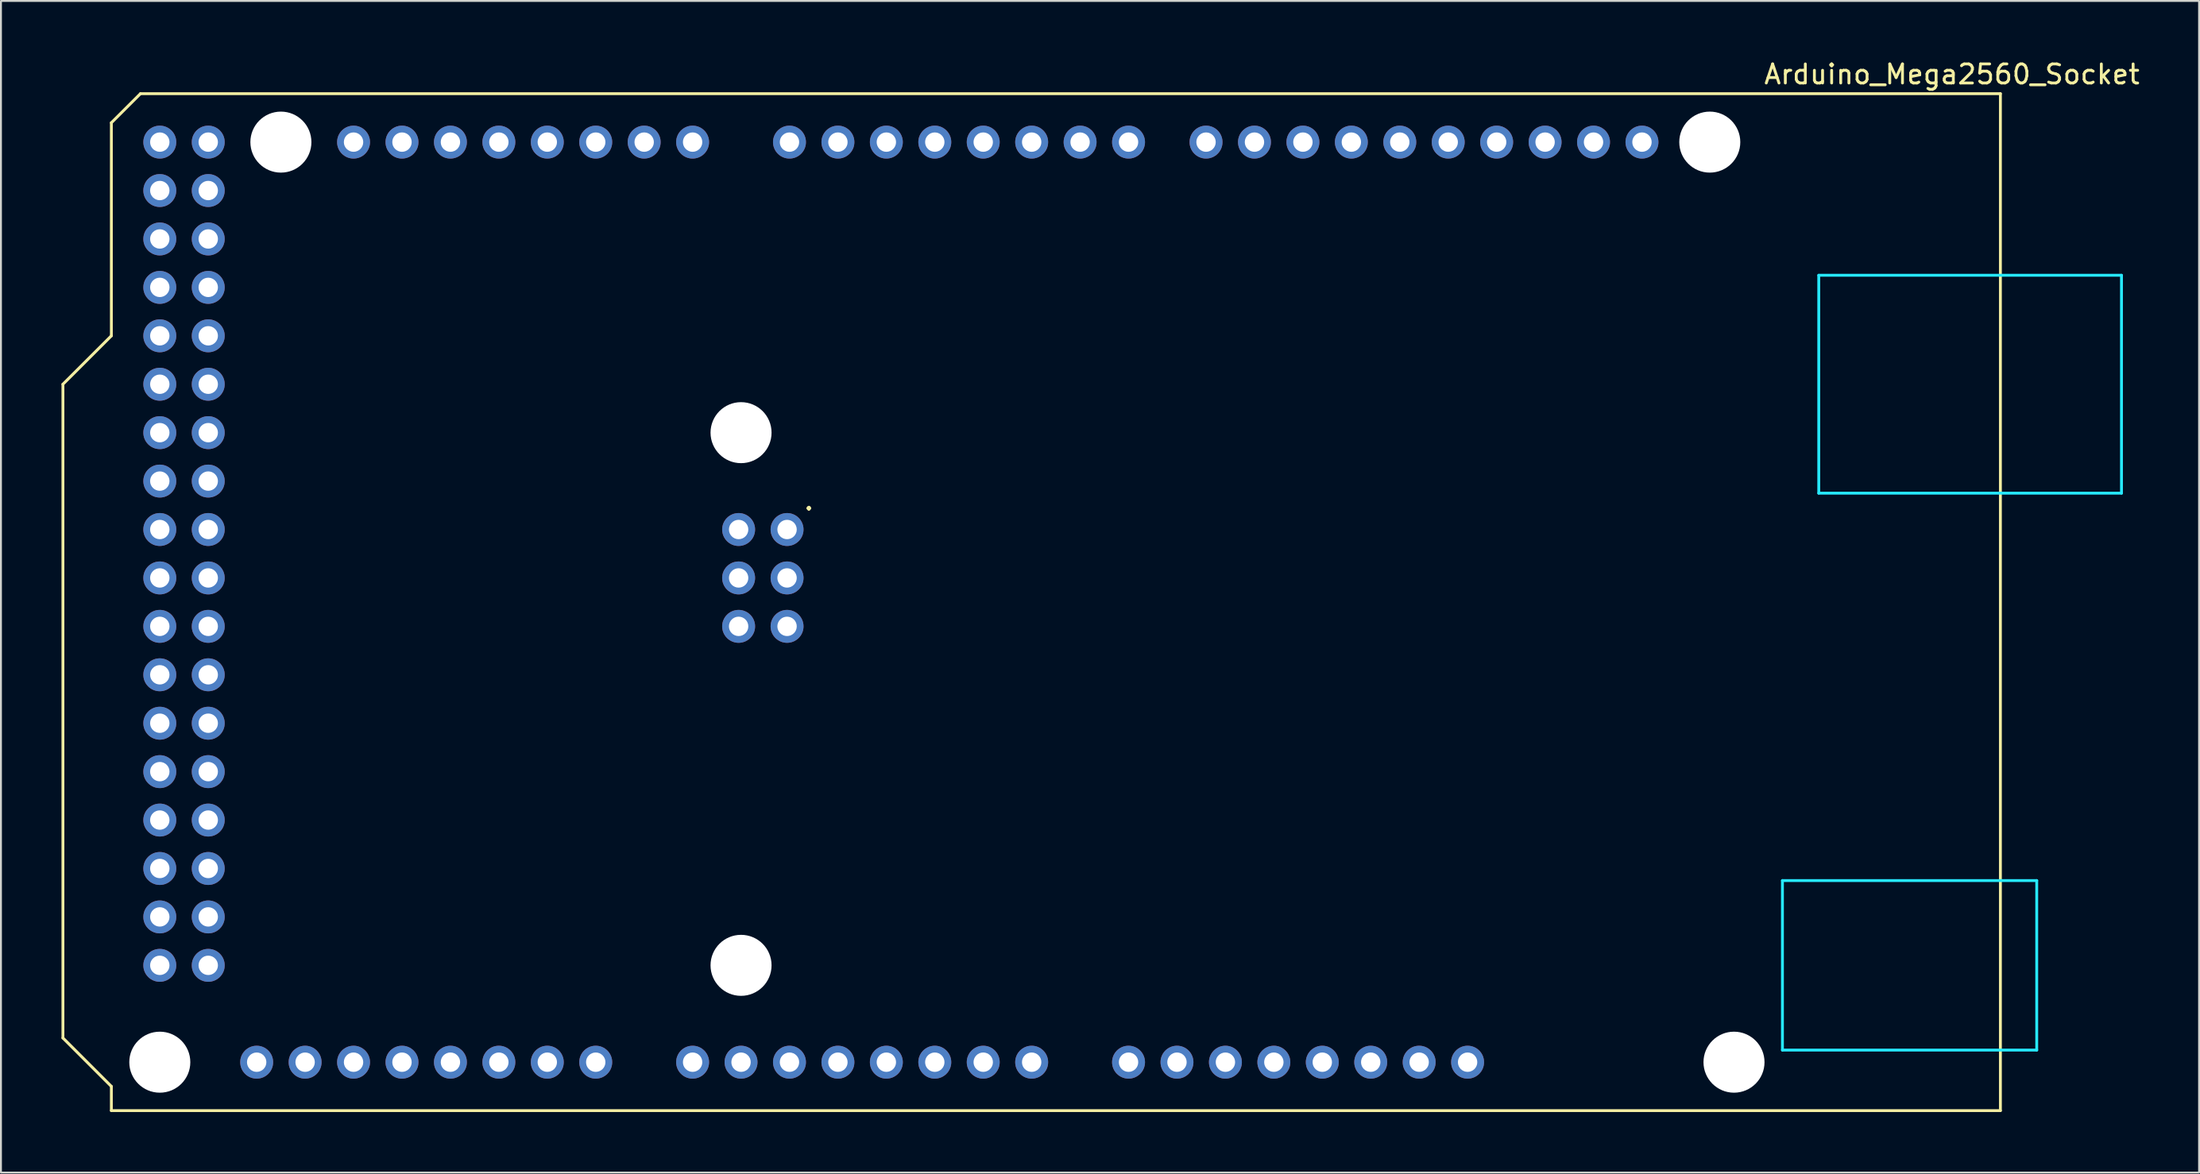
<source format=kicad_pcb>
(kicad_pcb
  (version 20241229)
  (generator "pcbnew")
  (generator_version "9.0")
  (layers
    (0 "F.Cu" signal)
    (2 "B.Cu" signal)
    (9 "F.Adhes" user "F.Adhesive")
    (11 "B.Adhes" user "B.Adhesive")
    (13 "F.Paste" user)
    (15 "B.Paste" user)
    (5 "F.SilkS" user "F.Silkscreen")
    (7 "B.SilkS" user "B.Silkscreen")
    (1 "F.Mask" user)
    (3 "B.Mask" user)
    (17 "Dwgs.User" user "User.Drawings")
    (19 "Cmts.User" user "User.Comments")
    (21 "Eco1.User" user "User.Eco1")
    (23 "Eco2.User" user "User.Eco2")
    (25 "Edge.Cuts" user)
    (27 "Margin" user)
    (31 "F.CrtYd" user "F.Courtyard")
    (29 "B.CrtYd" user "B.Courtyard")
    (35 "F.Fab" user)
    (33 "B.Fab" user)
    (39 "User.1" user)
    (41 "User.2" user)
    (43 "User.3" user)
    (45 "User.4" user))
  (footprint "Arduino_Mega2560_Socket"
    (layer "F.Cu")
    (at 0.25 55.204)
    (property "Reference" "Arduino_Mega2560_Socket" (at 99.06 -54.356 0) (layer "F.SilkS") (effects (font (size 1 1) (thickness 0.15))))
    (attr through_hole)
    (fp_line (start 0 -38.1) (end 2.54 -40.64) (stroke (width 0.15) (type solid)) (layer "F.SilkS"))
    (fp_line (start 0 -3.81) (end 0 -38.1) (stroke (width 0.15) (type solid)) (layer "F.SilkS"))
    (fp_line (start 2.54 -40.64) (end 2.54 -51.816) (stroke (width 0.15) (type solid)) (layer "F.SilkS"))
    (fp_line (start 2.54 -1.27) (end 0 -3.81) (stroke (width 0.15) (type solid)) (layer "F.SilkS"))
    (fp_line (start 2.54 0) (end 2.54 -1.27) (stroke (width 0.15) (type solid)) (layer "F.SilkS"))
    (fp_line (start 4.064 -53.34) (end 2.54 -51.816) (stroke (width 0.15) (type solid)) (layer "F.SilkS"))
    (fp_line (start 101.6 -53.34) (end 4.064 -53.34) (stroke (width 0.15) (type solid)) (layer "F.SilkS"))
    (fp_line (start 101.6 -53.34) (end 101.6 0) (stroke (width 0.15) (type solid)) (layer "F.SilkS"))
    (fp_line (start 101.6 0) (end 2.54 0) (stroke (width 0.15) (type solid)) (layer "F.SilkS"))
    (fp_line (start 90.17 -12.065) (end 90.17 -3.175) (stroke (width 0.15) (type solid)) (layer "B.CrtYd"))
    (fp_line (start 92.075 -43.815) (end 92.075 -32.385) (stroke (width 0.15) (type solid)) (layer "B.CrtYd"))
    (fp_line (start 92.075 -43.815) (end 107.95 -43.815) (stroke (width 0.15) (type solid)) (layer "B.CrtYd"))
    (fp_line (start 92.075 -32.385) (end 107.95 -32.385) (stroke (width 0.15) (type solid)) (layer "B.CrtYd"))
    (fp_line (start 103.505 -12.065) (end 90.17 -12.065) (stroke (width 0.15) (type solid)) (layer "B.CrtYd"))
    (fp_line (start 103.505 -12.065) (end 103.505 -3.175) (stroke (width 0.15) (type solid)) (layer "B.CrtYd"))
    (fp_line (start 103.505 -3.175) (end 90.17 -3.175) (stroke (width 0.15) (type solid)) (layer "B.CrtYd"))
    (fp_line (start 107.95 -43.815) (end 107.95 -32.385) (stroke (width 0.15) (type solid)) (layer "B.CrtYd"))
    (fp_text user "." (at 39.116 -32.004 0) (layer "F.SilkS") (effects (font (size 1 1) (thickness 0.15))))
    (pad "" np_thru_hole circle (at 5.08 -2.54) (size 3.2 3.2) (drill 3.2) (layers "*.Cu" "*.Mask"))
    (pad "" np_thru_hole circle (at 11.43 -50.8) (size 3.2 3.2) (drill 3.2) (layers "*.Cu" "*.Mask"))
    (pad "" np_thru_hole circle (at 35.56 -35.56) (size 3.2 3.2) (drill 3.2) (layers "*.Cu" "*.Mask"))
    (pad "" np_thru_hole circle (at 35.56 -7.62) (size 3.2 3.2) (drill 3.2) (layers "*.Cu" "*.Mask"))
    (pad "" thru_hole oval (at 73.66 -2.54) (size 1.727 1.727) (drill 1.016) (layers "*.Cu" "*.Mask"))
    (pad "" np_thru_hole circle (at 86.36 -50.8) (size 3.2 3.2) (drill 3.2) (layers "*.Cu" "*.Mask"))
    (pad "" np_thru_hole circle (at 87.63 -2.54) (size 3.2 3.2) (drill 3.2) (layers "*.Cu" "*.Mask"))
    (pad "3V3" thru_hole oval (at 66.04 -2.54) (size 1.727 1.727) (drill 1.016) (layers "*.Cu" "*.Mask"))
    (pad "5V1" thru_hole oval (at 63.5 -2.54) (size 1.727 1.727) (drill 1.016) (layers "*.Cu" "*.Mask"))
    (pad "5V2" thru_hole oval (at 35.433 -30.48) (size 1.727 1.727) (drill 1.016) (layers "*.Cu" "*.Mask"))
    (pad "5V3" thru_hole oval (at 7.62 -50.8) (size 1.727 1.727) (drill 1.016) (layers "*.Cu" "*.Mask"))
    (pad "5V4" thru_hole oval (at 5.08 -50.8) (size 1.727 1.727) (drill 1.016) (layers "*.Cu" "*.Mask"))
    (pad "A0" thru_hole oval (at 50.8 -2.54) (size 1.727 1.727) (drill 1.016) (layers "*.Cu" "*.Mask"))
    (pad "A1" thru_hole oval (at 48.26 -2.54) (size 1.727 1.727) (drill 1.016) (layers "*.Cu" "*.Mask"))
    (pad "A2" thru_hole oval (at 45.72 -2.54) (size 1.727 1.727) (drill 1.016) (layers "*.Cu" "*.Mask"))
    (pad "A3" thru_hole oval (at 43.18 -2.54) (size 1.727 1.727) (drill 1.016) (layers "*.Cu" "*.Mask"))
    (pad "A4" thru_hole oval (at 40.64 -2.54) (size 1.727 1.727) (drill 1.016) (layers "*.Cu" "*.Mask"))
    (pad "A5" thru_hole oval (at 38.1 -2.54) (size 1.727 1.727) (drill 1.016) (layers "*.Cu" "*.Mask"))
    (pad "A6" thru_hole oval (at 35.56 -2.54) (size 1.727 1.727) (drill 1.016) (layers "*.Cu" "*.Mask"))
    (pad "A7" thru_hole oval (at 33.02 -2.54) (size 1.727 1.727) (drill 1.016) (layers "*.Cu" "*.Mask"))
    (pad "A8" thru_hole oval (at 27.94 -2.54) (size 1.727 1.727) (drill 1.016) (layers "*.Cu" "*.Mask"))
    (pad "A9" thru_hole oval (at 25.4 -2.54) (size 1.727 1.727) (drill 1.016) (layers "*.Cu" "*.Mask"))
    (pad "A10" thru_hole oval (at 22.86 -2.54) (size 1.727 1.727) (drill 1.016) (layers "*.Cu" "*.Mask"))
    (pad "A11" thru_hole oval (at 20.32 -2.54) (size 1.727 1.727) (drill 1.016) (layers "*.Cu" "*.Mask"))
    (pad "A12" thru_hole oval (at 17.78 -2.54) (size 1.727 1.727) (drill 1.016) (layers "*.Cu" "*.Mask"))
    (pad "A13" thru_hole oval (at 15.24 -2.54) (size 1.727 1.727) (drill 1.016) (layers "*.Cu" "*.Mask"))
    (pad "A14" thru_hole oval (at 12.7 -2.54) (size 1.727 1.727) (drill 1.016) (layers "*.Cu" "*.Mask"))
    (pad "A15" thru_hole oval (at 10.16 -2.54) (size 1.727 1.727) (drill 1.016) (layers "*.Cu" "*.Mask"))
    (pad "AREF" thru_hole oval (at 77.724 -50.8) (size 1.727 1.727) (drill 1.016) (layers "*.Cu" "*.Mask"))
    (pad "D0" thru_hole oval (at 38.1 -50.8) (size 1.727 1.727) (drill 1.016) (layers "*.Cu" "*.Mask"))
    (pad "D1" thru_hole oval (at 40.64 -50.8) (size 1.727 1.727) (drill 1.016) (layers "*.Cu" "*.Mask"))
    (pad "D2" thru_hole oval (at 43.18 -50.8) (size 1.727 1.727) (drill 1.016) (layers "*.Cu" "*.Mask"))
    (pad "D3" thru_hole oval (at 45.72 -50.8) (size 1.727 1.727) (drill 1.016) (layers "*.Cu" "*.Mask"))
    (pad "D4" thru_hole oval (at 48.26 -50.8) (size 1.727 1.727) (drill 1.016) (layers "*.Cu" "*.Mask"))
    (pad "D5" thru_hole oval (at 50.8 -50.8) (size 1.727 1.727) (drill 1.016) (layers "*.Cu" "*.Mask"))
    (pad "D6" thru_hole oval (at 53.34 -50.8) (size 1.727 1.727) (drill 1.016) (layers "*.Cu" "*.Mask"))
    (pad "D7" thru_hole oval (at 55.88 -50.8) (size 1.727 1.727) (drill 1.016) (layers "*.Cu" "*.Mask"))
    (pad "D8" thru_hole oval (at 59.944 -50.8) (size 1.727 1.727) (drill 1.016) (layers "*.Cu" "*.Mask"))
    (pad "D9" thru_hole oval (at 62.484 -50.8) (size 1.727 1.727) (drill 1.016) (layers "*.Cu" "*.Mask"))
    (pad "D10" thru_hole oval (at 65.024 -50.8) (size 1.727 1.727) (drill 1.016) (layers "*.Cu" "*.Mask"))
    (pad "D11" thru_hole oval (at 67.564 -50.8) (size 1.727 1.727) (drill 1.016) (layers "*.Cu" "*.Mask"))
    (pad "D12" thru_hole oval (at 70.104 -50.8) (size 1.727 1.727) (drill 1.016) (layers "*.Cu" "*.Mask"))
    (pad "D13" thru_hole oval (at 72.644 -50.8) (size 1.727 1.727) (drill 1.016) (layers "*.Cu" "*.Mask"))
    (pad "D14" thru_hole oval (at 33.02 -50.8) (size 1.727 1.727) (drill 1.016) (layers "*.Cu" "*.Mask"))
    (pad "D15" thru_hole oval (at 30.48 -50.8) (size 1.727 1.727) (drill 1.016) (layers "*.Cu" "*.Mask"))
    (pad "D16" thru_hole oval (at 27.94 -50.8) (size 1.727 1.727) (drill 1.016) (layers "*.Cu" "*.Mask"))
    (pad "D17" thru_hole oval (at 25.4 -50.8) (size 1.727 1.727) (drill 1.016) (layers "*.Cu" "*.Mask"))
    (pad "D18" thru_hole oval (at 22.86 -50.8) (size 1.727 1.727) (drill 1.016) (layers "*.Cu" "*.Mask"))
    (pad "D19" thru_hole oval (at 20.32 -50.8) (size 1.727 1.727) (drill 1.016) (layers "*.Cu" "*.Mask"))
    (pad "D20" thru_hole oval (at 17.78 -50.8) (size 1.727 1.727) (drill 1.016) (layers "*.Cu" "*.Mask"))
    (pad "D21" thru_hole oval (at 15.24 -50.8) (size 1.727 1.727) (drill 1.016) (layers "*.Cu" "*.Mask"))
    (pad "D22" thru_hole oval (at 7.62 -48.26) (size 1.727 1.727) (drill 1.016) (layers "*.Cu" "*.Mask"))
    (pad "D23" thru_hole oval (at 5.08 -48.26) (size 1.727 1.727) (drill 1.016) (layers "*.Cu" "*.Mask"))
    (pad "D24" thru_hole oval (at 7.62 -45.72) (size 1.727 1.727) (drill 1.016) (layers "*.Cu" "*.Mask"))
    (pad "D25" thru_hole oval (at 5.08 -45.72) (size 1.727 1.727) (drill 1.016) (layers "*.Cu" "*.Mask"))
    (pad "D26" thru_hole oval (at 7.62 -43.18) (size 1.727 1.727) (drill 1.016) (layers "*.Cu" "*.Mask"))
    (pad "D27" thru_hole oval (at 5.08 -43.18) (size 1.727 1.727) (drill 1.016) (layers "*.Cu" "*.Mask"))
    (pad "D28" thru_hole oval (at 7.62 -40.64) (size 1.727 1.727) (drill 1.016) (layers "*.Cu" "*.Mask"))
    (pad "D29" thru_hole oval (at 5.08 -40.64) (size 1.727 1.727) (drill 1.016) (layers "*.Cu" "*.Mask"))
    (pad "D30" thru_hole oval (at 7.62 -38.1) (size 1.727 1.727) (drill 1.016) (layers "*.Cu" "*.Mask"))
    (pad "D31" thru_hole oval (at 5.08 -38.1) (size 1.727 1.727) (drill 1.016) (layers "*.Cu" "*.Mask"))
    (pad "D32" thru_hole oval (at 7.62 -35.56) (size 1.727 1.727) (drill 1.016) (layers "*.Cu" "*.Mask"))
    (pad "D33" thru_hole oval (at 5.08 -35.56) (size 1.727 1.727) (drill 1.016) (layers "*.Cu" "*.Mask"))
    (pad "D34" thru_hole oval (at 7.62 -33.02) (size 1.727 1.727) (drill 1.016) (layers "*.Cu" "*.Mask"))
    (pad "D35" thru_hole oval (at 5.08 -33.02) (size 1.727 1.727) (drill 1.016) (layers "*.Cu" "*.Mask"))
    (pad "D36" thru_hole oval (at 7.62 -30.48) (size 1.727 1.727) (drill 1.016) (layers "*.Cu" "*.Mask"))
    (pad "D37" thru_hole oval (at 5.08 -30.48) (size 1.727 1.727) (drill 1.016) (layers "*.Cu" "*.Mask"))
    (pad "D38" thru_hole oval (at 7.62 -27.94) (size 1.727 1.727) (drill 1.016) (layers "*.Cu" "*.Mask"))
    (pad "D39" thru_hole oval (at 5.08 -27.94) (size 1.727 1.727) (drill 1.016) (layers "*.Cu" "*.Mask"))
    (pad "D40" thru_hole oval (at 7.62 -25.4) (size 1.727 1.727) (drill 1.016) (layers "*.Cu" "*.Mask"))
    (pad "D41" thru_hole oval (at 5.08 -25.4) (size 1.727 1.727) (drill 1.016) (layers "*.Cu" "*.Mask"))
    (pad "D42" thru_hole oval (at 7.62 -22.86) (size 1.727 1.727) (drill 1.016) (layers "*.Cu" "*.Mask"))
    (pad "D43" thru_hole oval (at 5.08 -22.86) (size 1.727 1.727) (drill 1.016) (layers "*.Cu" "*.Mask"))
    (pad "D44" thru_hole oval (at 7.62 -20.32) (size 1.727 1.727) (drill 1.016) (layers "*.Cu" "*.Mask"))
    (pad "D45" thru_hole oval (at 5.08 -20.32) (size 1.727 1.727) (drill 1.016) (layers "*.Cu" "*.Mask"))
    (pad "D46" thru_hole oval (at 7.62 -17.78) (size 1.727 1.727) (drill 1.016) (layers "*.Cu" "*.Mask"))
    (pad "D47" thru_hole oval (at 5.08 -17.78) (size 1.727 1.727) (drill 1.016) (layers "*.Cu" "*.Mask"))
    (pad "D48" thru_hole oval (at 7.62 -15.24) (size 1.727 1.727) (drill 1.016) (layers "*.Cu" "*.Mask"))
    (pad "D49" thru_hole oval (at 5.08 -15.24) (size 1.727 1.727) (drill 1.016) (layers "*.Cu" "*.Mask"))
    (pad "D50" thru_hole oval (at 7.62 -12.7) (size 1.727 1.727) (drill 1.016) (layers "*.Cu" "*.Mask"))
    (pad "D51" thru_hole oval (at 5.08 -12.7) (size 1.727 1.727) (drill 1.016) (layers "*.Cu" "*.Mask"))
    (pad "D52" thru_hole oval (at 7.62 -10.16) (size 1.727 1.727) (drill 1.016) (layers "*.Cu" "*.Mask"))
    (pad "D53" thru_hole oval (at 5.08 -10.16) (size 1.727 1.727) (drill 1.016) (layers "*.Cu" "*.Mask"))
    (pad "GND1" thru_hole oval (at 75.184 -50.8) (size 1.727 1.727) (drill 1.016) (layers "*.Cu" "*.Mask"))
    (pad "GND2" thru_hole oval (at 60.96 -2.54) (size 1.727 1.727) (drill 1.016) (layers "*.Cu" "*.Mask"))
    (pad "GND3" thru_hole oval (at 58.42 -2.54) (size 1.727 1.727) (drill 1.016) (layers "*.Cu" "*.Mask"))
    (pad "GND4" thru_hole oval (at 35.433 -25.4) (size 1.727 1.727) (drill 1.016) (layers "*.Cu" "*.Mask"))
    (pad "GND5" thru_hole oval (at 7.62 -7.62) (size 1.727 1.727) (drill 1.016) (layers "*.Cu" "*.Mask"))
    (pad "GND6" thru_hole oval (at 5.08 -7.62) (size 1.727 1.727) (drill 1.016) (layers "*.Cu" "*.Mask"))
    (pad "IORF" thru_hole oval (at 71.12 -2.54) (size 1.727 1.727) (drill 1.016) (layers "*.Cu" "*.Mask"))
    (pad "MISO" thru_hole oval (at 37.973 -30.48) (size 1.727 1.727) (drill 1.016) (layers "*.Cu" "*.Mask"))
    (pad "MOSI" thru_hole oval (at 35.433 -27.94) (size 1.727 1.727) (drill 1.016) (layers "*.Cu" "*.Mask"))
    (pad "RST1" thru_hole oval (at 68.58 -2.54) (size 1.727 1.727) (drill 1.016) (layers "*.Cu" "*.Mask"))
    (pad "RST2" thru_hole oval (at 37.973 -25.4) (size 1.727 1.727) (drill 1.016) (layers "*.Cu" "*.Mask"))
    (pad "SCK" thru_hole oval (at 37.973 -27.94) (size 1.727 1.727) (drill 1.016) (layers "*.Cu" "*.Mask"))
    (pad "SCL" thru_hole oval (at 82.804 -50.8) (size 1.727 1.727) (drill 1.016) (layers "*.Cu" "*.Mask"))
    (pad "SDA" thru_hole oval (at 80.264 -50.8) (size 1.727 1.727) (drill 1.016) (layers "*.Cu" "*.Mask"))
    (pad "VIN" thru_hole oval (at 55.88 -2.54) (size 1.727 1.727) (drill 1.016) (layers "*.Cu" "*.Mask")))
  (gr_rect
    (start -3 -3)
    (end 112.268 58.454)
    (stroke (width 0.1) (type default))
    (fill no)
    (layer "Edge.Cuts")))
</source>
